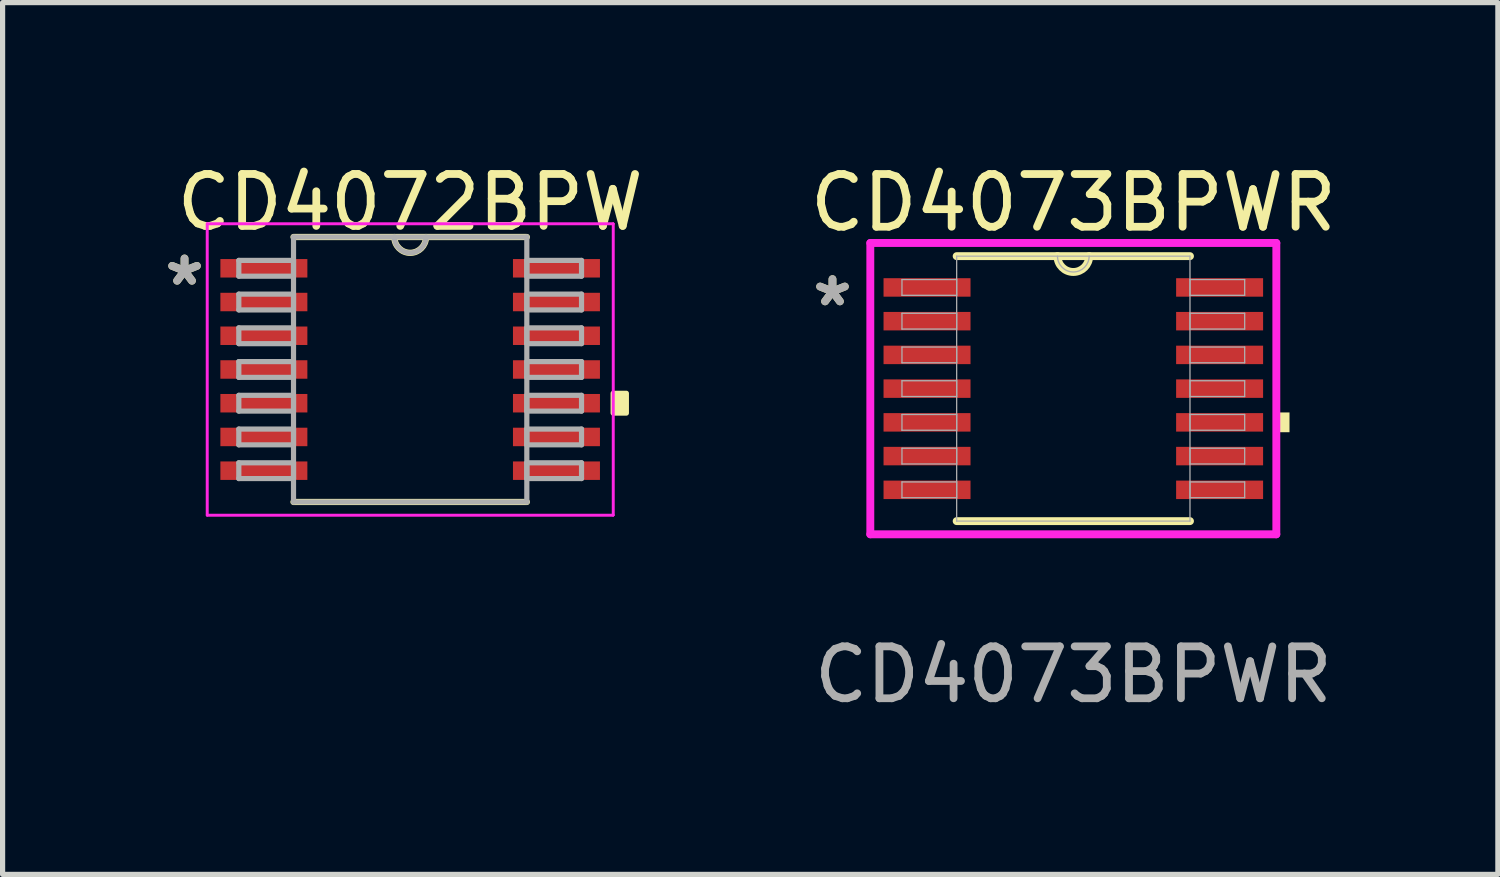
<source format=kicad_pcb>
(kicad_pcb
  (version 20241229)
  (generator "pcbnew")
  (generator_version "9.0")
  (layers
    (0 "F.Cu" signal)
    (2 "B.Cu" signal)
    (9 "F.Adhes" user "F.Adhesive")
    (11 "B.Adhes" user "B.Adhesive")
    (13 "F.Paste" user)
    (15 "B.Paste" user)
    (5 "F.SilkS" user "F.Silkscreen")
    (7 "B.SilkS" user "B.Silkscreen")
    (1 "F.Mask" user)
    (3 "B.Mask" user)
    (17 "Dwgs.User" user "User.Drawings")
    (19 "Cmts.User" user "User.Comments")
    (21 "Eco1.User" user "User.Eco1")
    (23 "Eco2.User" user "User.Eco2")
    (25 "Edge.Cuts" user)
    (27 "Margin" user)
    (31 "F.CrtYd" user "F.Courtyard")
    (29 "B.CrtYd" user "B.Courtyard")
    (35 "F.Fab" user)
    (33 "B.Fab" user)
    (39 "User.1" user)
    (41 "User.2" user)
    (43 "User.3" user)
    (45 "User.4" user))
  (footprint "CD4072BPW"
    (layer "F.Cu")
    (at 4.854 4.07)
    (property "Reference" "CD4072BPW" (at 0.000124 -3.222 0) (layer "F.SilkS") (effects (font (size 1 1) (thickness 0.15))))
    (attr smd)
    (fp_line (start -2.248 2.553) (end 2.248 2.553) (stroke (width 0.12) (type solid)) (layer "F.SilkS"))
    (fp_line (start 2.248 -2.553) (end -2.248 -2.553) (stroke (width 0.12) (type solid)) (layer "F.SilkS"))
    (fp_arc (start 0.3048 -2.5527) (mid 0 -2.2479) (end -0.3048 -2.5527) (stroke (width 0.12) (type solid)) (layer "F.SilkS"))
    (fp_poly (pts (xy 4.166 0.459) (xy 4.166 0.84) (xy 3.912 0.84) (xy 3.912 0.459)) (stroke (width 0.1) (type solid)) (fill yes) (layer "F.SilkS"))
    (fp_line (start -3.912 -2.807) (end 3.912 -2.807) (stroke (width 0.05) (type solid)) (layer "F.CrtYd"))
    (fp_line (start -3.912 -2.807) (end 3.912 -2.807) (stroke (width 0.05) (type solid)) (layer "F.CrtYd"))
    (fp_line (start -3.912 2.807) (end -3.912 -2.807) (stroke (width 0.05) (type solid)) (layer "F.CrtYd"))
    (fp_line (start -3.912 2.807) (end -3.912 -2.807) (stroke (width 0.05) (type solid)) (layer "F.CrtYd"))
    (fp_line (start 3.912 -2.807) (end 3.912 2.807) (stroke (width 0.05) (type solid)) (layer "F.CrtYd"))
    (fp_line (start 3.912 -2.807) (end 3.912 2.807) (stroke (width 0.05) (type solid)) (layer "F.CrtYd"))
    (fp_line (start 3.912 2.807) (end -3.912 2.807) (stroke (width 0.05) (type solid)) (layer "F.CrtYd"))
    (fp_line (start 3.912 2.807) (end -3.912 2.807) (stroke (width 0.05) (type solid)) (layer "F.CrtYd"))
    (fp_line (start -3.302 -2.102) (end -3.302 -1.798) (stroke (width 0.1) (type solid)) (layer "F.Fab"))
    (fp_line (start -3.302 -1.798) (end -2.248 -1.798) (stroke (width 0.1) (type solid)) (layer "F.Fab"))
    (fp_line (start -3.302 -1.452) (end -3.302 -1.148) (stroke (width 0.1) (type solid)) (layer "F.Fab"))
    (fp_line (start -3.302 -1.148) (end -2.248 -1.148) (stroke (width 0.1) (type solid)) (layer "F.Fab"))
    (fp_line (start -3.302 -0.802) (end -3.302 -0.498) (stroke (width 0.1) (type solid)) (layer "F.Fab"))
    (fp_line (start -3.302 -0.498) (end -2.248 -0.498) (stroke (width 0.1) (type solid)) (layer "F.Fab"))
    (fp_line (start -3.302 -0.152) (end -3.302 0.152) (stroke (width 0.1) (type solid)) (layer "F.Fab"))
    (fp_line (start -3.302 0.152) (end -2.248 0.152) (stroke (width 0.1) (type solid)) (layer "F.Fab"))
    (fp_line (start -3.302 0.498) (end -3.302 0.802) (stroke (width 0.1) (type solid)) (layer "F.Fab"))
    (fp_line (start -3.302 0.802) (end -2.248 0.802) (stroke (width 0.1) (type solid)) (layer "F.Fab"))
    (fp_line (start -3.302 1.148) (end -3.302 1.452) (stroke (width 0.1) (type solid)) (layer "F.Fab"))
    (fp_line (start -3.302 1.452) (end -2.248 1.452) (stroke (width 0.1) (type solid)) (layer "F.Fab"))
    (fp_line (start -3.302 1.798) (end -3.302 2.102) (stroke (width 0.1) (type solid)) (layer "F.Fab"))
    (fp_line (start -3.302 2.102) (end -2.248 2.102) (stroke (width 0.1) (type solid)) (layer "F.Fab"))
    (fp_line (start -2.248 -2.553) (end -2.248 2.553) (stroke (width 0.1) (type solid)) (layer "F.Fab"))
    (fp_line (start -2.248 -2.102) (end -3.302 -2.102) (stroke (width 0.1) (type solid)) (layer "F.Fab"))
    (fp_line (start -2.248 -1.798) (end -2.248 -2.102) (stroke (width 0.1) (type solid)) (layer "F.Fab"))
    (fp_line (start -2.248 -1.452) (end -3.302 -1.452) (stroke (width 0.1) (type solid)) (layer "F.Fab"))
    (fp_line (start -2.248 -1.148) (end -2.248 -1.452) (stroke (width 0.1) (type solid)) (layer "F.Fab"))
    (fp_line (start -2.248 -0.802) (end -3.302 -0.802) (stroke (width 0.1) (type solid)) (layer "F.Fab"))
    (fp_line (start -2.248 -0.498) (end -2.248 -0.802) (stroke (width 0.1) (type solid)) (layer "F.Fab"))
    (fp_line (start -2.248 -0.152) (end -3.302 -0.152) (stroke (width 0.1) (type solid)) (layer "F.Fab"))
    (fp_line (start -2.248 0.152) (end -2.248 -0.152) (stroke (width 0.1) (type solid)) (layer "F.Fab"))
    (fp_line (start -2.248 0.498) (end -3.302 0.498) (stroke (width 0.1) (type solid)) (layer "F.Fab"))
    (fp_line (start -2.248 0.802) (end -2.248 0.498) (stroke (width 0.1) (type solid)) (layer "F.Fab"))
    (fp_line (start -2.248 1.148) (end -3.302 1.148) (stroke (width 0.1) (type solid)) (layer "F.Fab"))
    (fp_line (start -2.248 1.452) (end -2.248 1.148) (stroke (width 0.1) (type solid)) (layer "F.Fab"))
    (fp_line (start -2.248 1.798) (end -3.302 1.798) (stroke (width 0.1) (type solid)) (layer "F.Fab"))
    (fp_line (start -2.248 2.102) (end -2.248 1.798) (stroke (width 0.1) (type solid)) (layer "F.Fab"))
    (fp_line (start -2.248 2.553) (end 2.248 2.553) (stroke (width 0.1) (type solid)) (layer "F.Fab"))
    (fp_line (start 2.248 -2.553) (end -2.248 -2.553) (stroke (width 0.1) (type solid)) (layer "F.Fab"))
    (fp_line (start 2.248 -2.102) (end 2.248 -1.798) (stroke (width 0.1) (type solid)) (layer "F.Fab"))
    (fp_line (start 2.248 -1.798) (end 3.302 -1.798) (stroke (width 0.1) (type solid)) (layer "F.Fab"))
    (fp_line (start 2.248 -1.452) (end 2.248 -1.148) (stroke (width 0.1) (type solid)) (layer "F.Fab"))
    (fp_line (start 2.248 -1.148) (end 3.302 -1.148) (stroke (width 0.1) (type solid)) (layer "F.Fab"))
    (fp_line (start 2.248 -0.802) (end 2.248 -0.498) (stroke (width 0.1) (type solid)) (layer "F.Fab"))
    (fp_line (start 2.248 -0.498) (end 3.302 -0.498) (stroke (width 0.1) (type solid)) (layer "F.Fab"))
    (fp_line (start 2.248 -0.152) (end 2.248 0.152) (stroke (width 0.1) (type solid)) (layer "F.Fab"))
    (fp_line (start 2.248 0.152) (end 3.302 0.152) (stroke (width 0.1) (type solid)) (layer "F.Fab"))
    (fp_line (start 2.248 0.498) (end 2.248 0.802) (stroke (width 0.1) (type solid)) (layer "F.Fab"))
    (fp_line (start 2.248 0.802) (end 3.302 0.802) (stroke (width 0.1) (type solid)) (layer "F.Fab"))
    (fp_line (start 2.248 1.148) (end 2.248 1.452) (stroke (width 0.1) (type solid)) (layer "F.Fab"))
    (fp_line (start 2.248 1.452) (end 3.302 1.452) (stroke (width 0.1) (type solid)) (layer "F.Fab"))
    (fp_line (start 2.248 1.798) (end 2.248 2.102) (stroke (width 0.1) (type solid)) (layer "F.Fab"))
    (fp_line (start 2.248 2.102) (end 3.302 2.102) (stroke (width 0.1) (type solid)) (layer "F.Fab"))
    (fp_line (start 2.248 2.553) (end 2.248 -2.553) (stroke (width 0.1) (type solid)) (layer "F.Fab"))
    (fp_line (start 3.302 -2.102) (end 2.248 -2.102) (stroke (width 0.1) (type solid)) (layer "F.Fab"))
    (fp_line (start 3.302 -1.798) (end 3.302 -2.102) (stroke (width 0.1) (type solid)) (layer "F.Fab"))
    (fp_line (start 3.302 -1.452) (end 2.248 -1.452) (stroke (width 0.1) (type solid)) (layer "F.Fab"))
    (fp_line (start 3.302 -1.148) (end 3.302 -1.452) (stroke (width 0.1) (type solid)) (layer "F.Fab"))
    (fp_line (start 3.302 -0.802) (end 2.248 -0.802) (stroke (width 0.1) (type solid)) (layer "F.Fab"))
    (fp_line (start 3.302 -0.498) (end 3.302 -0.802) (stroke (width 0.1) (type solid)) (layer "F.Fab"))
    (fp_line (start 3.302 -0.152) (end 2.248 -0.152) (stroke (width 0.1) (type solid)) (layer "F.Fab"))
    (fp_line (start 3.302 0.152) (end 3.302 -0.152) (stroke (width 0.1) (type solid)) (layer "F.Fab"))
    (fp_line (start 3.302 0.498) (end 2.248 0.498) (stroke (width 0.1) (type solid)) (layer "F.Fab"))
    (fp_line (start 3.302 0.802) (end 3.302 0.498) (stroke (width 0.1) (type solid)) (layer "F.Fab"))
    (fp_line (start 3.302 1.148) (end 2.248 1.148) (stroke (width 0.1) (type solid)) (layer "F.Fab"))
    (fp_line (start 3.302 1.452) (end 3.302 1.148) (stroke (width 0.1) (type solid)) (layer "F.Fab"))
    (fp_line (start 3.302 1.798) (end 2.248 1.798) (stroke (width 0.1) (type solid)) (layer "F.Fab"))
    (fp_line (start 3.302 2.102) (end 3.302 1.798) (stroke (width 0.1) (type solid)) (layer "F.Fab"))
    (fp_arc (start 0.3048 -2.5527) (mid 0 -2.2479) (end -0.3048 -2.5527) (stroke (width 0.1) (type solid)) (layer "F.Fab"))
    (fp_text user "*" (at -4.348 -1.594 0) (layer "F.SilkS") (effects (font (size 1 1) (thickness 0.15))))
    (fp_text user "*" (at -4.348 -1.594 0) (layer "F.Fab") (effects (font (size 1 1) (thickness 0.15))))
    (pad "1" smd rect (at -2.819 -1.95) (size 1.676 0.356) (layers "F.Cu" "F.Mask" "F.Paste"))
    (pad "2" smd rect (at -2.819 -1.3) (size 1.676 0.356) (layers "F.Cu" "F.Mask" "F.Paste"))
    (pad "3" smd rect (at -2.819 -0.65) (size 1.676 0.356) (layers "F.Cu" "F.Mask" "F.Paste"))
    (pad "4" smd rect (at -2.819 0) (size 1.676 0.356) (layers "F.Cu" "F.Mask" "F.Paste"))
    (pad "5" smd rect (at -2.819 0.65) (size 1.676 0.356) (layers "F.Cu" "F.Mask" "F.Paste"))
    (pad "6" smd rect (at -2.819 1.3) (size 1.676 0.356) (layers "F.Cu" "F.Mask" "F.Paste"))
    (pad "7" smd rect (at -2.819 1.95) (size 1.676 0.356) (layers "F.Cu" "F.Mask" "F.Paste"))
    (pad "8" smd rect (at 2.819 1.95) (size 1.676 0.356) (layers "F.Cu" "F.Mask" "F.Paste"))
    (pad "9" smd rect (at 2.819 1.3) (size 1.676 0.356) (layers "F.Cu" "F.Mask" "F.Paste"))
    (pad "10" smd rect (at 2.819 0.65) (size 1.676 0.356) (layers "F.Cu" "F.Mask" "F.Paste"))
    (pad "11" smd rect (at 2.819 0) (size 1.676 0.356) (layers "F.Cu" "F.Mask" "F.Paste"))
    (pad "12" smd rect (at 2.819 -0.65) (size 1.676 0.356) (layers "F.Cu" "F.Mask" "F.Paste"))
    (pad "13" smd rect (at 2.819 -1.3) (size 1.676 0.356) (layers "F.Cu" "F.Mask" "F.Paste"))
    (pad "14" smd rect (at 2.819 -1.95) (size 1.676 0.356) (layers "F.Cu" "F.Mask" "F.Paste")))
  (footprint "CD4073BPWR"
    (layer "F.Cu")
    (at 17.633 4.439)
    (property "Reference" "CD4073BPWR" (at 0.002 -3.582 0) (unlocked yes) (layer "F.SilkS") (effects (font (size 1.016 1.016) (thickness 0.15))))
    (attr smd)
    (fp_line (start -2.248 2.553) (end 2.248 2.553) (stroke (width 0.152) (type solid)) (layer "F.SilkS"))
    (fp_line (start 2.248 -2.553) (end -2.248 -2.553) (stroke (width 0.152) (type solid)) (layer "F.SilkS"))
    (fp_arc (start 0.3048 -2.5527) (mid 0 -2.2479) (end -0.3048 -2.5527) (stroke (width 0.1524) (type solid)) (layer "F.SilkS"))
    (fp_poly (pts (xy 4.166 0.459) (xy 4.166 0.84) (xy 3.912 0.84) (xy 3.912 0.459)) (stroke (width 0) (type solid)) (fill yes) (layer "F.SilkS"))
    (fp_line (start -3.912 -2.807) (end 3.912 -2.807) (stroke (width 0.152) (type solid)) (layer "F.CrtYd"))
    (fp_line (start -3.912 2.807) (end -3.912 -2.807) (stroke (width 0.152) (type solid)) (layer "F.CrtYd"))
    (fp_line (start 3.912 -2.807) (end 3.912 2.807) (stroke (width 0.152) (type solid)) (layer "F.CrtYd"))
    (fp_line (start 3.912 2.807) (end -3.912 2.807) (stroke (width 0.152) (type solid)) (layer "F.CrtYd"))
    (fp_line (start -3.302 -2.102) (end -3.302 -1.798) (stroke (width 0.025) (type solid)) (layer "F.Fab"))
    (fp_line (start -3.302 -1.798) (end -2.248 -1.798) (stroke (width 0.025) (type solid)) (layer "F.Fab"))
    (fp_line (start -3.302 -1.452) (end -3.302 -1.148) (stroke (width 0.025) (type solid)) (layer "F.Fab"))
    (fp_line (start -3.302 -1.148) (end -2.248 -1.148) (stroke (width 0.025) (type solid)) (layer "F.Fab"))
    (fp_line (start -3.302 -0.802) (end -3.302 -0.498) (stroke (width 0.025) (type solid)) (layer "F.Fab"))
    (fp_line (start -3.302 -0.498) (end -2.248 -0.498) (stroke (width 0.025) (type solid)) (layer "F.Fab"))
    (fp_line (start -3.302 -0.152) (end -3.302 0.152) (stroke (width 0.025) (type solid)) (layer "F.Fab"))
    (fp_line (start -3.302 0.152) (end -2.248 0.152) (stroke (width 0.025) (type solid)) (layer "F.Fab"))
    (fp_line (start -3.302 0.498) (end -3.302 0.802) (stroke (width 0.025) (type solid)) (layer "F.Fab"))
    (fp_line (start -3.302 0.802) (end -2.248 0.802) (stroke (width 0.025) (type solid)) (layer "F.Fab"))
    (fp_line (start -3.302 1.148) (end -3.302 1.452) (stroke (width 0.025) (type solid)) (layer "F.Fab"))
    (fp_line (start -3.302 1.452) (end -2.248 1.452) (stroke (width 0.025) (type solid)) (layer "F.Fab"))
    (fp_line (start -3.302 1.798) (end -3.302 2.102) (stroke (width 0.025) (type solid)) (layer "F.Fab"))
    (fp_line (start -3.302 2.102) (end -2.248 2.102) (stroke (width 0.025) (type solid)) (layer "F.Fab"))
    (fp_line (start -2.248 -2.553) (end -2.248 2.553) (stroke (width 0.025) (type solid)) (layer "F.Fab"))
    (fp_line (start -2.248 -2.102) (end -3.302 -2.102) (stroke (width 0.025) (type solid)) (layer "F.Fab"))
    (fp_line (start -2.248 -1.798) (end -2.248 -2.102) (stroke (width 0.025) (type solid)) (layer "F.Fab"))
    (fp_line (start -2.248 -1.452) (end -3.302 -1.452) (stroke (width 0.025) (type solid)) (layer "F.Fab"))
    (fp_line (start -2.248 -1.148) (end -2.248 -1.452) (stroke (width 0.025) (type solid)) (layer "F.Fab"))
    (fp_line (start -2.248 -0.802) (end -3.302 -0.802) (stroke (width 0.025) (type solid)) (layer "F.Fab"))
    (fp_line (start -2.248 -0.498) (end -2.248 -0.802) (stroke (width 0.025) (type solid)) (layer "F.Fab"))
    (fp_line (start -2.248 -0.152) (end -3.302 -0.152) (stroke (width 0.025) (type solid)) (layer "F.Fab"))
    (fp_line (start -2.248 0.152) (end -2.248 -0.152) (stroke (width 0.025) (type solid)) (layer "F.Fab"))
    (fp_line (start -2.248 0.498) (end -3.302 0.498) (stroke (width 0.025) (type solid)) (layer "F.Fab"))
    (fp_line (start -2.248 0.802) (end -2.248 0.498) (stroke (width 0.025) (type solid)) (layer "F.Fab"))
    (fp_line (start -2.248 1.148) (end -3.302 1.148) (stroke (width 0.025) (type solid)) (layer "F.Fab"))
    (fp_line (start -2.248 1.452) (end -2.248 1.148) (stroke (width 0.025) (type solid)) (layer "F.Fab"))
    (fp_line (start -2.248 1.798) (end -3.302 1.798) (stroke (width 0.025) (type solid)) (layer "F.Fab"))
    (fp_line (start -2.248 2.102) (end -2.248 1.798) (stroke (width 0.025) (type solid)) (layer "F.Fab"))
    (fp_line (start -2.248 2.553) (end 2.248 2.553) (stroke (width 0.025) (type solid)) (layer "F.Fab"))
    (fp_line (start 2.248 -2.553) (end -2.248 -2.553) (stroke (width 0.025) (type solid)) (layer "F.Fab"))
    (fp_line (start 2.248 -2.102) (end 2.248 -1.798) (stroke (width 0.025) (type solid)) (layer "F.Fab"))
    (fp_line (start 2.248 -1.798) (end 3.302 -1.798) (stroke (width 0.025) (type solid)) (layer "F.Fab"))
    (fp_line (start 2.248 -1.452) (end 2.248 -1.148) (stroke (width 0.025) (type solid)) (layer "F.Fab"))
    (fp_line (start 2.248 -1.148) (end 3.302 -1.148) (stroke (width 0.025) (type solid)) (layer "F.Fab"))
    (fp_line (start 2.248 -0.802) (end 2.248 -0.498) (stroke (width 0.025) (type solid)) (layer "F.Fab"))
    (fp_line (start 2.248 -0.498) (end 3.302 -0.498) (stroke (width 0.025) (type solid)) (layer "F.Fab"))
    (fp_line (start 2.248 -0.152) (end 2.248 0.152) (stroke (width 0.025) (type solid)) (layer "F.Fab"))
    (fp_line (start 2.248 0.152) (end 3.302 0.152) (stroke (width 0.025) (type solid)) (layer "F.Fab"))
    (fp_line (start 2.248 0.498) (end 2.248 0.802) (stroke (width 0.025) (type solid)) (layer "F.Fab"))
    (fp_line (start 2.248 0.802) (end 3.302 0.802) (stroke (width 0.025) (type solid)) (layer "F.Fab"))
    (fp_line (start 2.248 1.148) (end 2.248 1.452) (stroke (width 0.025) (type solid)) (layer "F.Fab"))
    (fp_line (start 2.248 1.452) (end 3.302 1.452) (stroke (width 0.025) (type solid)) (layer "F.Fab"))
    (fp_line (start 2.248 1.798) (end 2.248 2.102) (stroke (width 0.025) (type solid)) (layer "F.Fab"))
    (fp_line (start 2.248 2.102) (end 3.302 2.102) (stroke (width 0.025) (type solid)) (layer "F.Fab"))
    (fp_line (start 2.248 2.553) (end 2.248 -2.553) (stroke (width 0.025) (type solid)) (layer "F.Fab"))
    (fp_line (start 3.302 -2.102) (end 2.248 -2.102) (stroke (width 0.025) (type solid)) (layer "F.Fab"))
    (fp_line (start 3.302 -1.798) (end 3.302 -2.102) (stroke (width 0.025) (type solid)) (layer "F.Fab"))
    (fp_line (start 3.302 -1.452) (end 2.248 -1.452) (stroke (width 0.025) (type solid)) (layer "F.Fab"))
    (fp_line (start 3.302 -1.148) (end 3.302 -1.452) (stroke (width 0.025) (type solid)) (layer "F.Fab"))
    (fp_line (start 3.302 -0.802) (end 2.248 -0.802) (stroke (width 0.025) (type solid)) (layer "F.Fab"))
    (fp_line (start 3.302 -0.498) (end 3.302 -0.802) (stroke (width 0.025) (type solid)) (layer "F.Fab"))
    (fp_line (start 3.302 -0.152) (end 2.248 -0.152) (stroke (width 0.025) (type solid)) (layer "F.Fab"))
    (fp_line (start 3.302 0.152) (end 3.302 -0.152) (stroke (width 0.025) (type solid)) (layer "F.Fab"))
    (fp_line (start 3.302 0.498) (end 2.248 0.498) (stroke (width 0.025) (type solid)) (layer "F.Fab"))
    (fp_line (start 3.302 0.802) (end 3.302 0.498) (stroke (width 0.025) (type solid)) (layer "F.Fab"))
    (fp_line (start 3.302 1.148) (end 2.248 1.148) (stroke (width 0.025) (type solid)) (layer "F.Fab"))
    (fp_line (start 3.302 1.452) (end 3.302 1.148) (stroke (width 0.025) (type solid)) (layer "F.Fab"))
    (fp_line (start 3.302 1.798) (end 2.248 1.798) (stroke (width 0.025) (type solid)) (layer "F.Fab"))
    (fp_line (start 3.302 2.102) (end 3.302 1.798) (stroke (width 0.025) (type solid)) (layer "F.Fab"))
    (fp_arc (start 0.3048 -2.5527) (mid 0 -2.2479) (end -0.3048 -2.5527) (stroke (width 0.0254) (type solid)) (layer "F.Fab"))
    (fp_text user "*" (at -4.641 -1.565 0) (layer "F.SilkS") (effects (font (size 1 1) (thickness 0.15))))
    (fp_text user "${REFERENCE}" (at 0.002 5.512 0) (unlocked yes) (layer "F.Fab") (effects (font (size 1 1) (thickness 0.15))))
    (fp_text user "*" (at -4.641 -1.565 0) (layer "F.Fab") (effects (font (size 1 1) (thickness 0.15))))
    (pad "1" smd rect (at -2.819 -1.95) (size 1.676 0.356) (layers "F.Cu" "F.Mask" "F.Paste"))
    (pad "2" smd rect (at -2.819 -1.3) (size 1.676 0.356) (layers "F.Cu" "F.Mask" "F.Paste"))
    (pad "3" smd rect (at -2.819 -0.65) (size 1.676 0.356) (layers "F.Cu" "F.Mask" "F.Paste"))
    (pad "4" smd rect (at -2.819 0) (size 1.676 0.356) (layers "F.Cu" "F.Mask" "F.Paste"))
    (pad "5" smd rect (at -2.819 0.65) (size 1.676 0.356) (layers "F.Cu" "F.Mask" "F.Paste"))
    (pad "6" smd rect (at -2.819 1.3) (size 1.676 0.356) (layers "F.Cu" "F.Mask" "F.Paste"))
    (pad "7" smd rect (at -2.819 1.95) (size 1.676 0.356) (layers "F.Cu" "F.Mask" "F.Paste"))
    (pad "8" smd rect (at 2.819 1.95) (size 1.676 0.356) (layers "F.Cu" "F.Mask" "F.Paste"))
    (pad "9" smd rect (at 2.819 1.3) (size 1.676 0.356) (layers "F.Cu" "F.Mask" "F.Paste"))
    (pad "10" smd rect (at 2.819 0.65) (size 1.676 0.356) (layers "F.Cu" "F.Mask" "F.Paste"))
    (pad "11" smd rect (at 2.819 0) (size 1.676 0.356) (layers "F.Cu" "F.Mask" "F.Paste"))
    (pad "12" smd rect (at 2.819 -0.65) (size 1.676 0.356) (layers "F.Cu" "F.Mask" "F.Paste"))
    (pad "13" smd rect (at 2.819 -1.3) (size 1.676 0.356) (layers "F.Cu" "F.Mask" "F.Paste"))
    (pad "14" smd rect (at 2.819 -1.95) (size 1.676 0.356) (layers "F.Cu" "F.Mask" "F.Paste")))
  (gr_rect
    (start -3 -3)
    (end 25.814 13.8)
    (stroke (width 0.1) (type default))
    (fill no)
    (layer "Edge.Cuts")))
</source>
